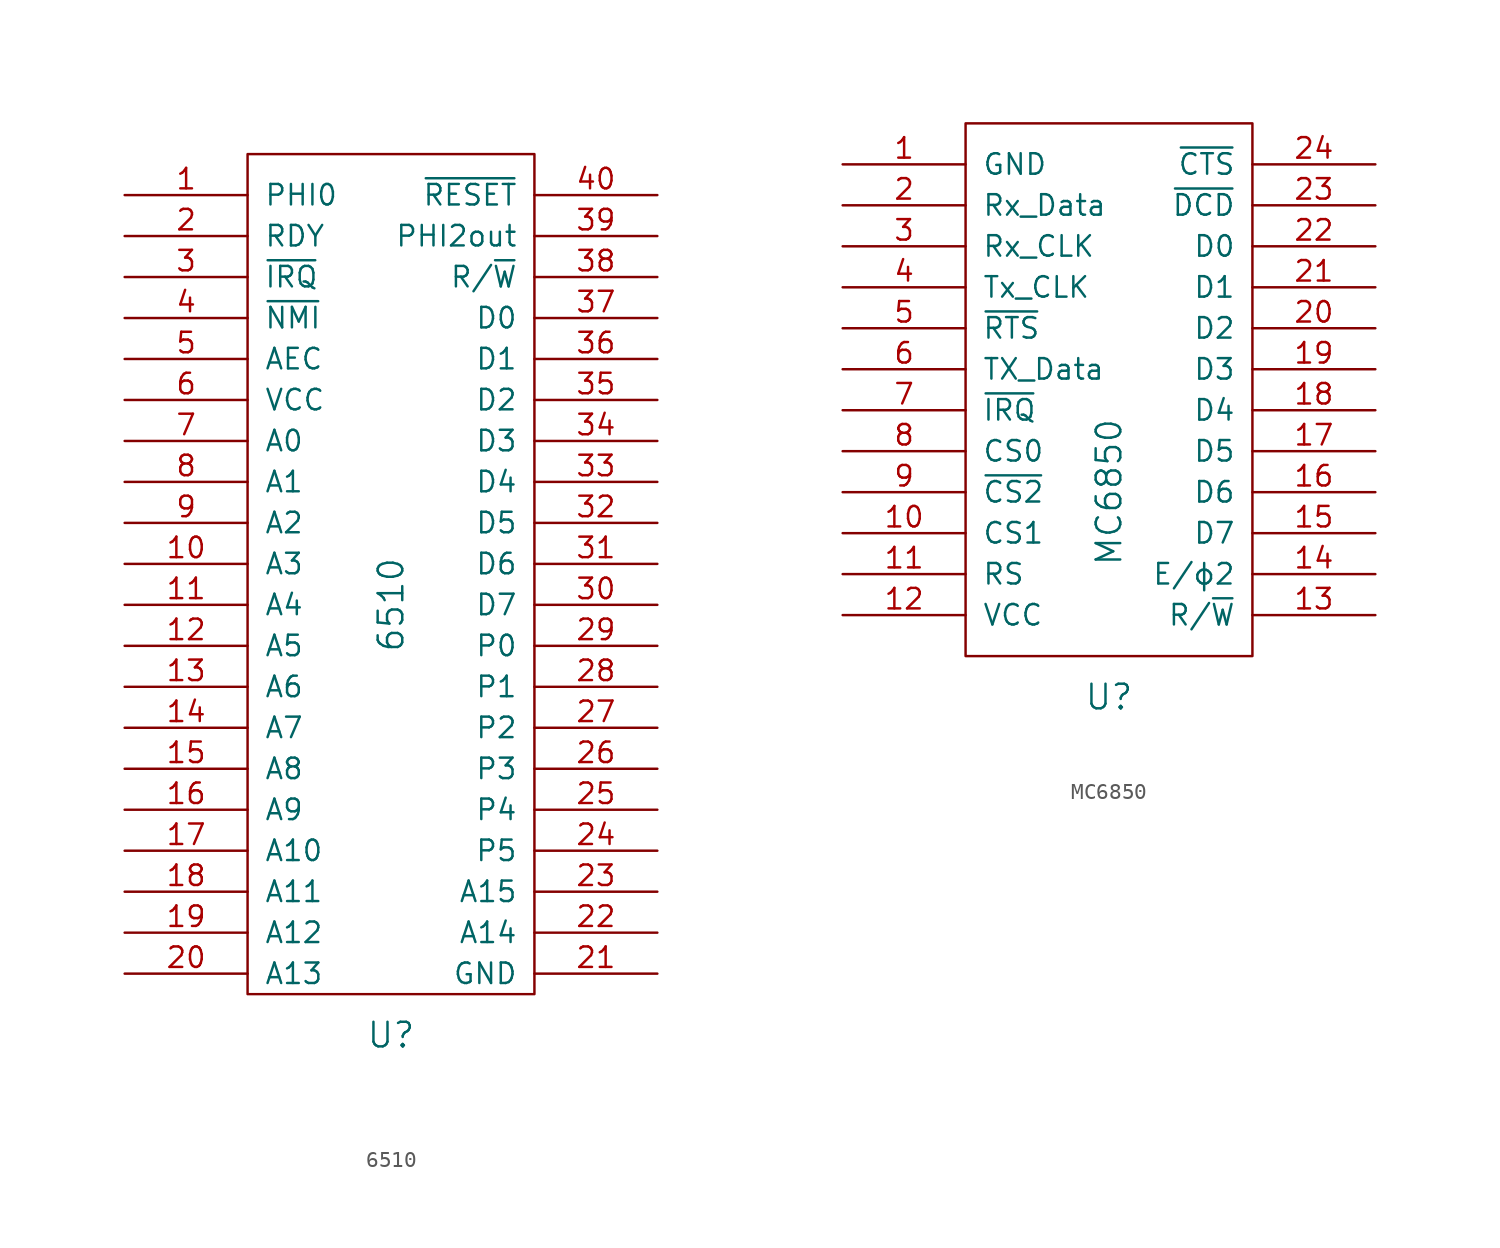
<source format=kicad_sym>
(kicad_symbol_lib
  (version 20220914)
  (generator kicad_symbol_editor)
  (symbol "6510"
    (pin_names
      (offset 1.016))
    (property "Reference" "U"
      (at 0 -29.21 0)
      (effects (font (size 1.524 1.524))))
    (property "Value" "6510"
      (at 0 -2.54 90)
      (effects (font (size 1.524 1.524))))
    (property "Footprint" ""
      (at -12.7 5.08 0)
      (effects (font (size 1.524 1.524))))
    (property "Datasheet" ""
      (at -12.7 5.08 0)
      (effects (font (size 1.524 1.524))))
    (symbol "6510_0_1"
      (rectangle (start -8.89 25.4) (end 8.89 -26.67) (stroke (width 0) (type solid)) (fill (type none))))
    (symbol "6510_1_1"
      (pin input line (at -16.51 22.86 0) (length 7.62) (name "PHI0" (effects (font (size 1.27 1.27)))) (number "1" (effects (font (size 1.27 1.27)))))
      (pin output line (at -16.51 0 0) (length 7.62) (name "A3" (effects (font (size 1.27 1.27)))) (number "10" (effects (font (size 1.27 1.27)))))
      (pin output line (at -16.51 -2.54 0) (length 7.62) (name "A4" (effects (font (size 1.27 1.27)))) (number "11" (effects (font (size 1.27 1.27)))))
      (pin output line (at -16.51 -5.08 0) (length 7.62) (name "A5" (effects (font (size 1.27 1.27)))) (number "12" (effects (font (size 1.27 1.27)))))
      (pin output line (at -16.51 -7.62 0) (length 7.62) (name "A6" (effects (font (size 1.27 1.27)))) (number "13" (effects (font (size 1.27 1.27)))))
      (pin output line (at -16.51 -10.16 0) (length 7.62) (name "A7" (effects (font (size 1.27 1.27)))) (number "14" (effects (font (size 1.27 1.27)))))
      (pin output line (at -16.51 -12.7 0) (length 7.62) (name "A8" (effects (font (size 1.27 1.27)))) (number "15" (effects (font (size 1.27 1.27)))))
      (pin output line (at -16.51 -15.24 0) (length 7.62) (name "A9" (effects (font (size 1.27 1.27)))) (number "16" (effects (font (size 1.27 1.27)))))
      (pin output line (at -16.51 -17.78 0) (length 7.62) (name "A10" (effects (font (size 1.27 1.27)))) (number "17" (effects (font (size 1.27 1.27)))))
      (pin output line (at -16.51 -20.32 0) (length 7.62) (name "A11" (effects (font (size 1.27 1.27)))) (number "18" (effects (font (size 1.27 1.27)))))
      (pin output line (at -16.51 -22.86 0) (length 7.62) (name "A12" (effects (font (size 1.27 1.27)))) (number "19" (effects (font (size 1.27 1.27)))))
      (pin bidirectional line (at -16.51 20.32 0) (length 7.62) (name "RDY" (effects (font (size 1.27 1.27)))) (number "2" (effects (font (size 1.27 1.27)))))
      (pin output line (at -16.51 -25.4 0) (length 7.62) (name "A13" (effects (font (size 1.27 1.27)))) (number "20" (effects (font (size 1.27 1.27)))))
      (pin power_in line (at 16.51 -25.4 180) (length 7.62) (name "GND" (effects (font (size 1.27 1.27)))) (number "21" (effects (font (size 1.27 1.27)))))
      (pin output line (at 16.51 -22.86 180) (length 7.62) (name "A14" (effects (font (size 1.27 1.27)))) (number "22" (effects (font (size 1.27 1.27)))))
      (pin output line (at 16.51 -20.32 180) (length 7.62) (name "A15" (effects (font (size 1.27 1.27)))) (number "23" (effects (font (size 1.27 1.27)))))
      (pin bidirectional line (at 16.51 -17.78 180) (length 7.62) (name "P5" (effects (font (size 1.27 1.27)))) (number "24" (effects (font (size 1.27 1.27)))))
      (pin bidirectional line (at 16.51 -15.24 180) (length 7.62) (name "P4" (effects (font (size 1.27 1.27)))) (number "25" (effects (font (size 1.27 1.27)))))
      (pin bidirectional line (at 16.51 -12.7 180) (length 7.62) (name "P3" (effects (font (size 1.27 1.27)))) (number "26" (effects (font (size 1.27 1.27)))))
      (pin bidirectional line (at 16.51 -10.16 180) (length 7.62) (name "P2" (effects (font (size 1.27 1.27)))) (number "27" (effects (font (size 1.27 1.27)))))
      (pin bidirectional line (at 16.51 -7.62 180) (length 7.62) (name "P1" (effects (font (size 1.27 1.27)))) (number "28" (effects (font (size 1.27 1.27)))))
      (pin bidirectional line (at 16.51 -5.08 180) (length 7.62) (name "P0" (effects (font (size 1.27 1.27)))) (number "29" (effects (font (size 1.27 1.27)))))
      (pin input line (at -16.51 17.78 0) (length 7.62) (name "~{IRQ}" (effects (font (size 1.27 1.27)))) (number "3" (effects (font (size 1.27 1.27)))))
      (pin bidirectional line (at 16.51 -2.54 180) (length 7.62) (name "D7" (effects (font (size 1.27 1.27)))) (number "30" (effects (font (size 1.27 1.27)))))
      (pin bidirectional line (at 16.51 0 180) (length 7.62) (name "D6" (effects (font (size 1.27 1.27)))) (number "31" (effects (font (size 1.27 1.27)))))
      (pin bidirectional line (at 16.51 2.54 180) (length 7.62) (name "D5" (effects (font (size 1.27 1.27)))) (number "32" (effects (font (size 1.27 1.27)))))
      (pin bidirectional line (at 16.51 5.08 180) (length 7.62) (name "D4" (effects (font (size 1.27 1.27)))) (number "33" (effects (font (size 1.27 1.27)))))
      (pin bidirectional line (at 16.51 7.62 180) (length 7.62) (name "D3" (effects (font (size 1.27 1.27)))) (number "34" (effects (font (size 1.27 1.27)))))
      (pin bidirectional line (at 16.51 10.16 180) (length 7.62) (name "D2" (effects (font (size 1.27 1.27)))) (number "35" (effects (font (size 1.27 1.27)))))
      (pin bidirectional line (at 16.51 12.7 180) (length 7.62) (name "D1" (effects (font (size 1.27 1.27)))) (number "36" (effects (font (size 1.27 1.27)))))
      (pin bidirectional line (at 16.51 15.24 180) (length 7.62) (name "D0" (effects (font (size 1.27 1.27)))) (number "37" (effects (font (size 1.27 1.27)))))
      (pin output line (at 16.51 17.78 180) (length 7.62) (name "R/~{W}" (effects (font (size 1.27 1.27)))) (number "38" (effects (font (size 1.27 1.27)))))
      (pin output line (at 16.51 20.32 180) (length 7.62) (name "PHI2out" (effects (font (size 1.27 1.27)))) (number "39" (effects (font (size 1.27 1.27)))))
      (pin input line (at -16.51 15.24 0) (length 7.62) (name "~{NMI}" (effects (font (size 1.27 1.27)))) (number "4" (effects (font (size 1.27 1.27)))))
      (pin input line (at 16.51 22.86 180) (length 7.62) (name "~{RESET}" (effects (font (size 1.27 1.27)))) (number "40" (effects (font (size 1.27 1.27)))))
      (pin input line (at -16.51 12.7 0) (length 7.62) (name "AEC" (effects (font (size 1.27 1.27)))) (number "5" (effects (font (size 1.27 1.27)))))
      (pin power_in line (at -16.51 10.16 0) (length 7.62) (name "VCC" (effects (font (size 1.27 1.27)))) (number "6" (effects (font (size 1.27 1.27)))))
      (pin output line (at -16.51 7.62 0) (length 7.62) (name "A0" (effects (font (size 1.27 1.27)))) (number "7" (effects (font (size 1.27 1.27)))))
      (pin output line (at -16.51 5.08 0) (length 7.62) (name "A1" (effects (font (size 1.27 1.27)))) (number "8" (effects (font (size 1.27 1.27)))))
      (pin output line (at -16.51 2.54 0) (length 7.62) (name "A2" (effects (font (size 1.27 1.27)))) (number "9" (effects (font (size 1.27 1.27)))))))
  (symbol "MC6850"
    (pin_names
      (offset 1.016))
    (property "Reference" "U"
      (at 0 -19.05 0)
      (effects (font (size 1.524 1.524))))
    (property "Value" "MC6850"
      (at 0 -6.35 90)
      (effects (font (size 1.524 1.524))))
    (property "Footprint" ""
      (at 0 -16.51 0)
      (effects (font (size 1.524 1.524))))
    (property "Datasheet" ""
      (at 0 -16.51 0)
      (effects (font (size 1.524 1.524))))
    (symbol "MC6850_0_1"
      (rectangle (start -8.89 16.51) (end 8.89 -16.51) (stroke (width 0) (type solid)) (fill (type none))))
    (symbol "MC6850_1_1"
      (pin power_in line (at -16.51 13.97 0) (length 7.62) (name "GND" (effects (font (size 1.27 1.27)))) (number "1" (effects (font (size 1.27 1.27)))))
      (pin input line (at -16.51 -8.89 0) (length 7.62) (name "CS1" (effects (font (size 1.27 1.27)))) (number "10" (effects (font (size 1.27 1.27)))))
      (pin input line (at -16.51 -11.43 0) (length 7.62) (name "RS" (effects (font (size 1.27 1.27)))) (number "11" (effects (font (size 1.27 1.27)))))
      (pin power_in line (at -16.51 -13.97 0) (length 7.62) (name "VCC" (effects (font (size 1.27 1.27)))) (number "12" (effects (font (size 1.27 1.27)))))
      (pin input line (at 16.51 -13.97 180) (length 7.62) (name "R/~{W}" (effects (font (size 1.27 1.27)))) (number "13" (effects (font (size 1.27 1.27)))))
      (pin input line (at 16.51 -11.43 180) (length 7.62) (name "E/ϕ2" (effects (font (size 1.27 1.27)))) (number "14" (effects (font (size 1.27 1.27)))))
      (pin bidirectional line (at 16.51 -8.89 180) (length 7.62) (name "D7" (effects (font (size 1.27 1.27)))) (number "15" (effects (font (size 1.27 1.27)))))
      (pin bidirectional line (at 16.51 -6.35 180) (length 7.62) (name "D6" (effects (font (size 1.27 1.27)))) (number "16" (effects (font (size 1.27 1.27)))))
      (pin bidirectional line (at 16.51 -3.81 180) (length 7.62) (name "D5" (effects (font (size 1.27 1.27)))) (number "17" (effects (font (size 1.27 1.27)))))
      (pin bidirectional line (at 16.51 -1.27 180) (length 7.62) (name "D4" (effects (font (size 1.27 1.27)))) (number "18" (effects (font (size 1.27 1.27)))))
      (pin bidirectional line (at 16.51 1.27 180) (length 7.62) (name "D3" (effects (font (size 1.27 1.27)))) (number "19" (effects (font (size 1.27 1.27)))))
      (pin input line (at -16.51 11.43 0) (length 7.62) (name "Rx_Data" (effects (font (size 1.27 1.27)))) (number "2" (effects (font (size 1.27 1.27)))))
      (pin bidirectional line (at 16.51 3.81 180) (length 7.62) (name "D2" (effects (font (size 1.27 1.27)))) (number "20" (effects (font (size 1.27 1.27)))))
      (pin bidirectional line (at 16.51 6.35 180) (length 7.62) (name "D1" (effects (font (size 1.27 1.27)))) (number "21" (effects (font (size 1.27 1.27)))))
      (pin bidirectional line (at 16.51 8.89 180) (length 7.62) (name "D0" (effects (font (size 1.27 1.27)))) (number "22" (effects (font (size 1.27 1.27)))))
      (pin bidirectional line (at 16.51 11.43 180) (length 7.62) (name "~{DCD}" (effects (font (size 1.27 1.27)))) (number "23" (effects (font (size 1.27 1.27)))))
      (pin bidirectional line (at 16.51 13.97 180) (length 7.62) (name "~{CTS}" (effects (font (size 1.27 1.27)))) (number "24" (effects (font (size 1.27 1.27)))))
      (pin input line (at -16.51 8.89 0) (length 7.62) (name "Rx_CLK" (effects (font (size 1.27 1.27)))) (number "3" (effects (font (size 1.27 1.27)))))
      (pin input line (at -16.51 6.35 0) (length 7.62) (name "Tx_CLK" (effects (font (size 1.27 1.27)))) (number "4" (effects (font (size 1.27 1.27)))))
      (pin input line (at -16.51 3.81 0) (length 7.62) (name "~{RTS}" (effects (font (size 1.27 1.27)))) (number "5" (effects (font (size 1.27 1.27)))))
      (pin output line (at -16.51 1.27 0) (length 7.62) (name "TX_Data" (effects (font (size 1.27 1.27)))) (number "6" (effects (font (size 1.27 1.27)))))
      (pin output line (at -16.51 -1.27 0) (length 7.62) (name "~{IRQ}" (effects (font (size 1.27 1.27)))) (number "7" (effects (font (size 1.27 1.27)))))
      (pin input line (at -16.51 -3.81 0) (length 7.62) (name "CS0" (effects (font (size 1.27 1.27)))) (number "8" (effects (font (size 1.27 1.27)))))
      (pin input line (at -16.51 -6.35 0) (length 7.62) (name "~{CS2}" (effects (font (size 1.27 1.27)))) (number "9" (effects (font (size 1.27 1.27))))))))
</source>
